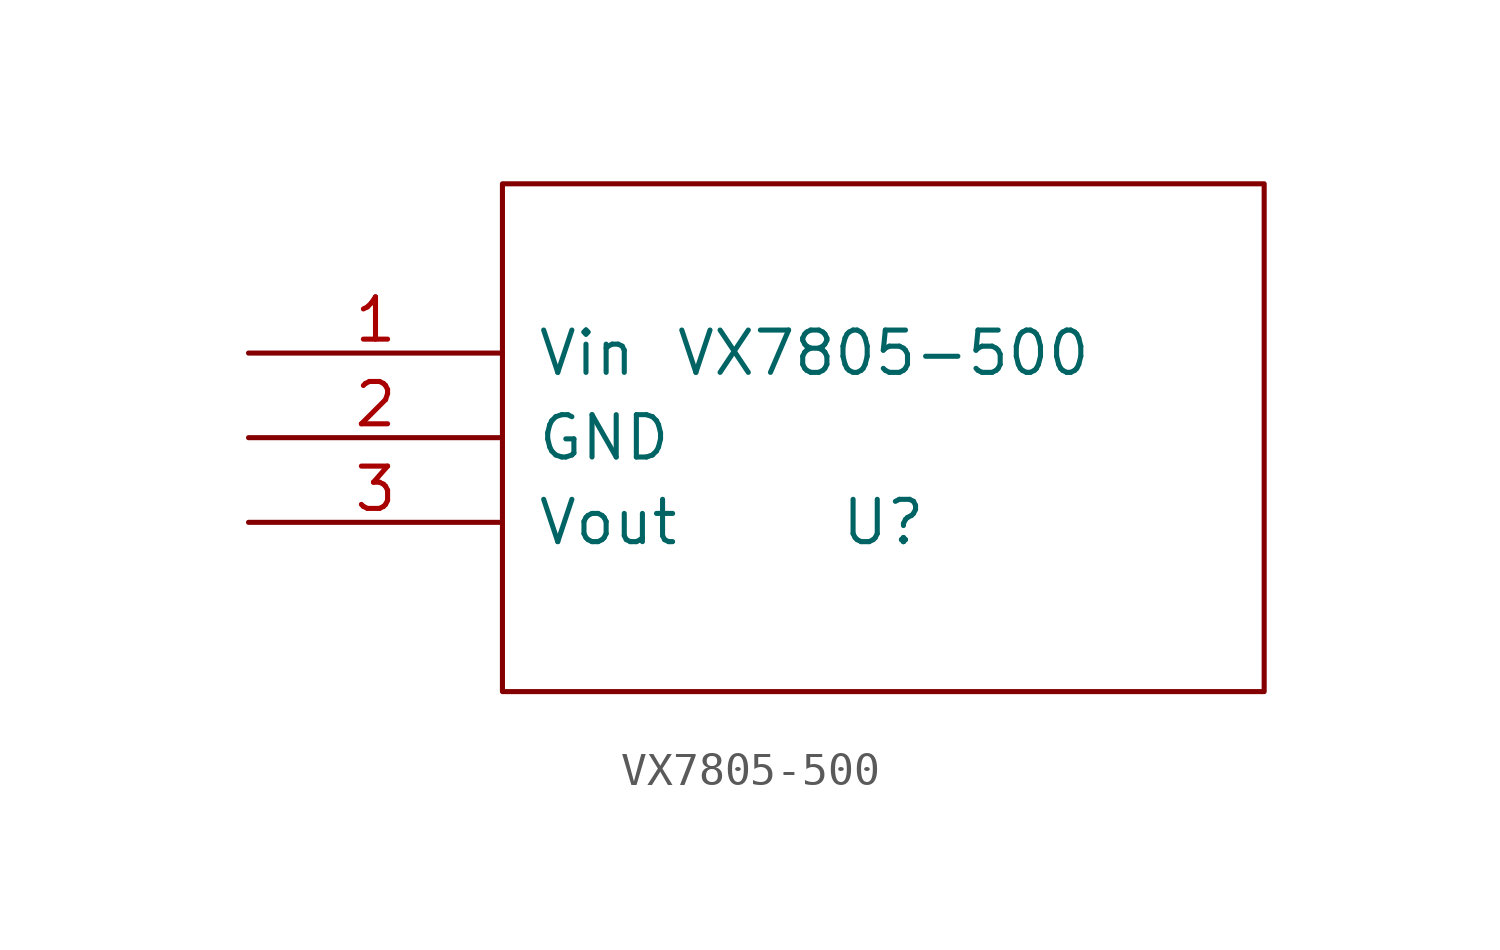
<source format=kicad_sym>
(kicad_symbol_lib
  (version 20220914)
  (generator kicad_symbol_editor)
  (symbol "VX7805-500"
    (pin_names
      (offset 1.016))
    (property "Reference" "U"
      (at 0 -2.54 0)
      (effects (font (size 1.27 1.27))))
    (property "Value" "VX7805-500"
      (at 0 2.54 0)
      (effects (font (size 1.27 1.27))))
    (symbol "VX7805-500_1_0"
      (rectangle (start -11.43 -7.62) (end 11.43 7.62) (stroke (width 0) (type solid)) (fill (type none))))
    (symbol "VX7805-500_1_1"
      (pin power_in line (at -19.05 2.54 0) (length 7.62) (name "Vin" (effects (font (size 1.27 1.27)))) (number "1" (effects (font (size 1.27 1.27)))))
      (pin unspecified line (at -19.05 0 0) (length 7.62) (name "GND" (effects (font (size 1.27 1.27)))) (number "2" (effects (font (size 1.27 1.27)))))
      (pin power_out line (at -19.05 -2.54 0) (length 7.62) (name "Vout" (effects (font (size 1.27 1.27)))) (number "3" (effects (font (size 1.27 1.27))))))))
</source>
